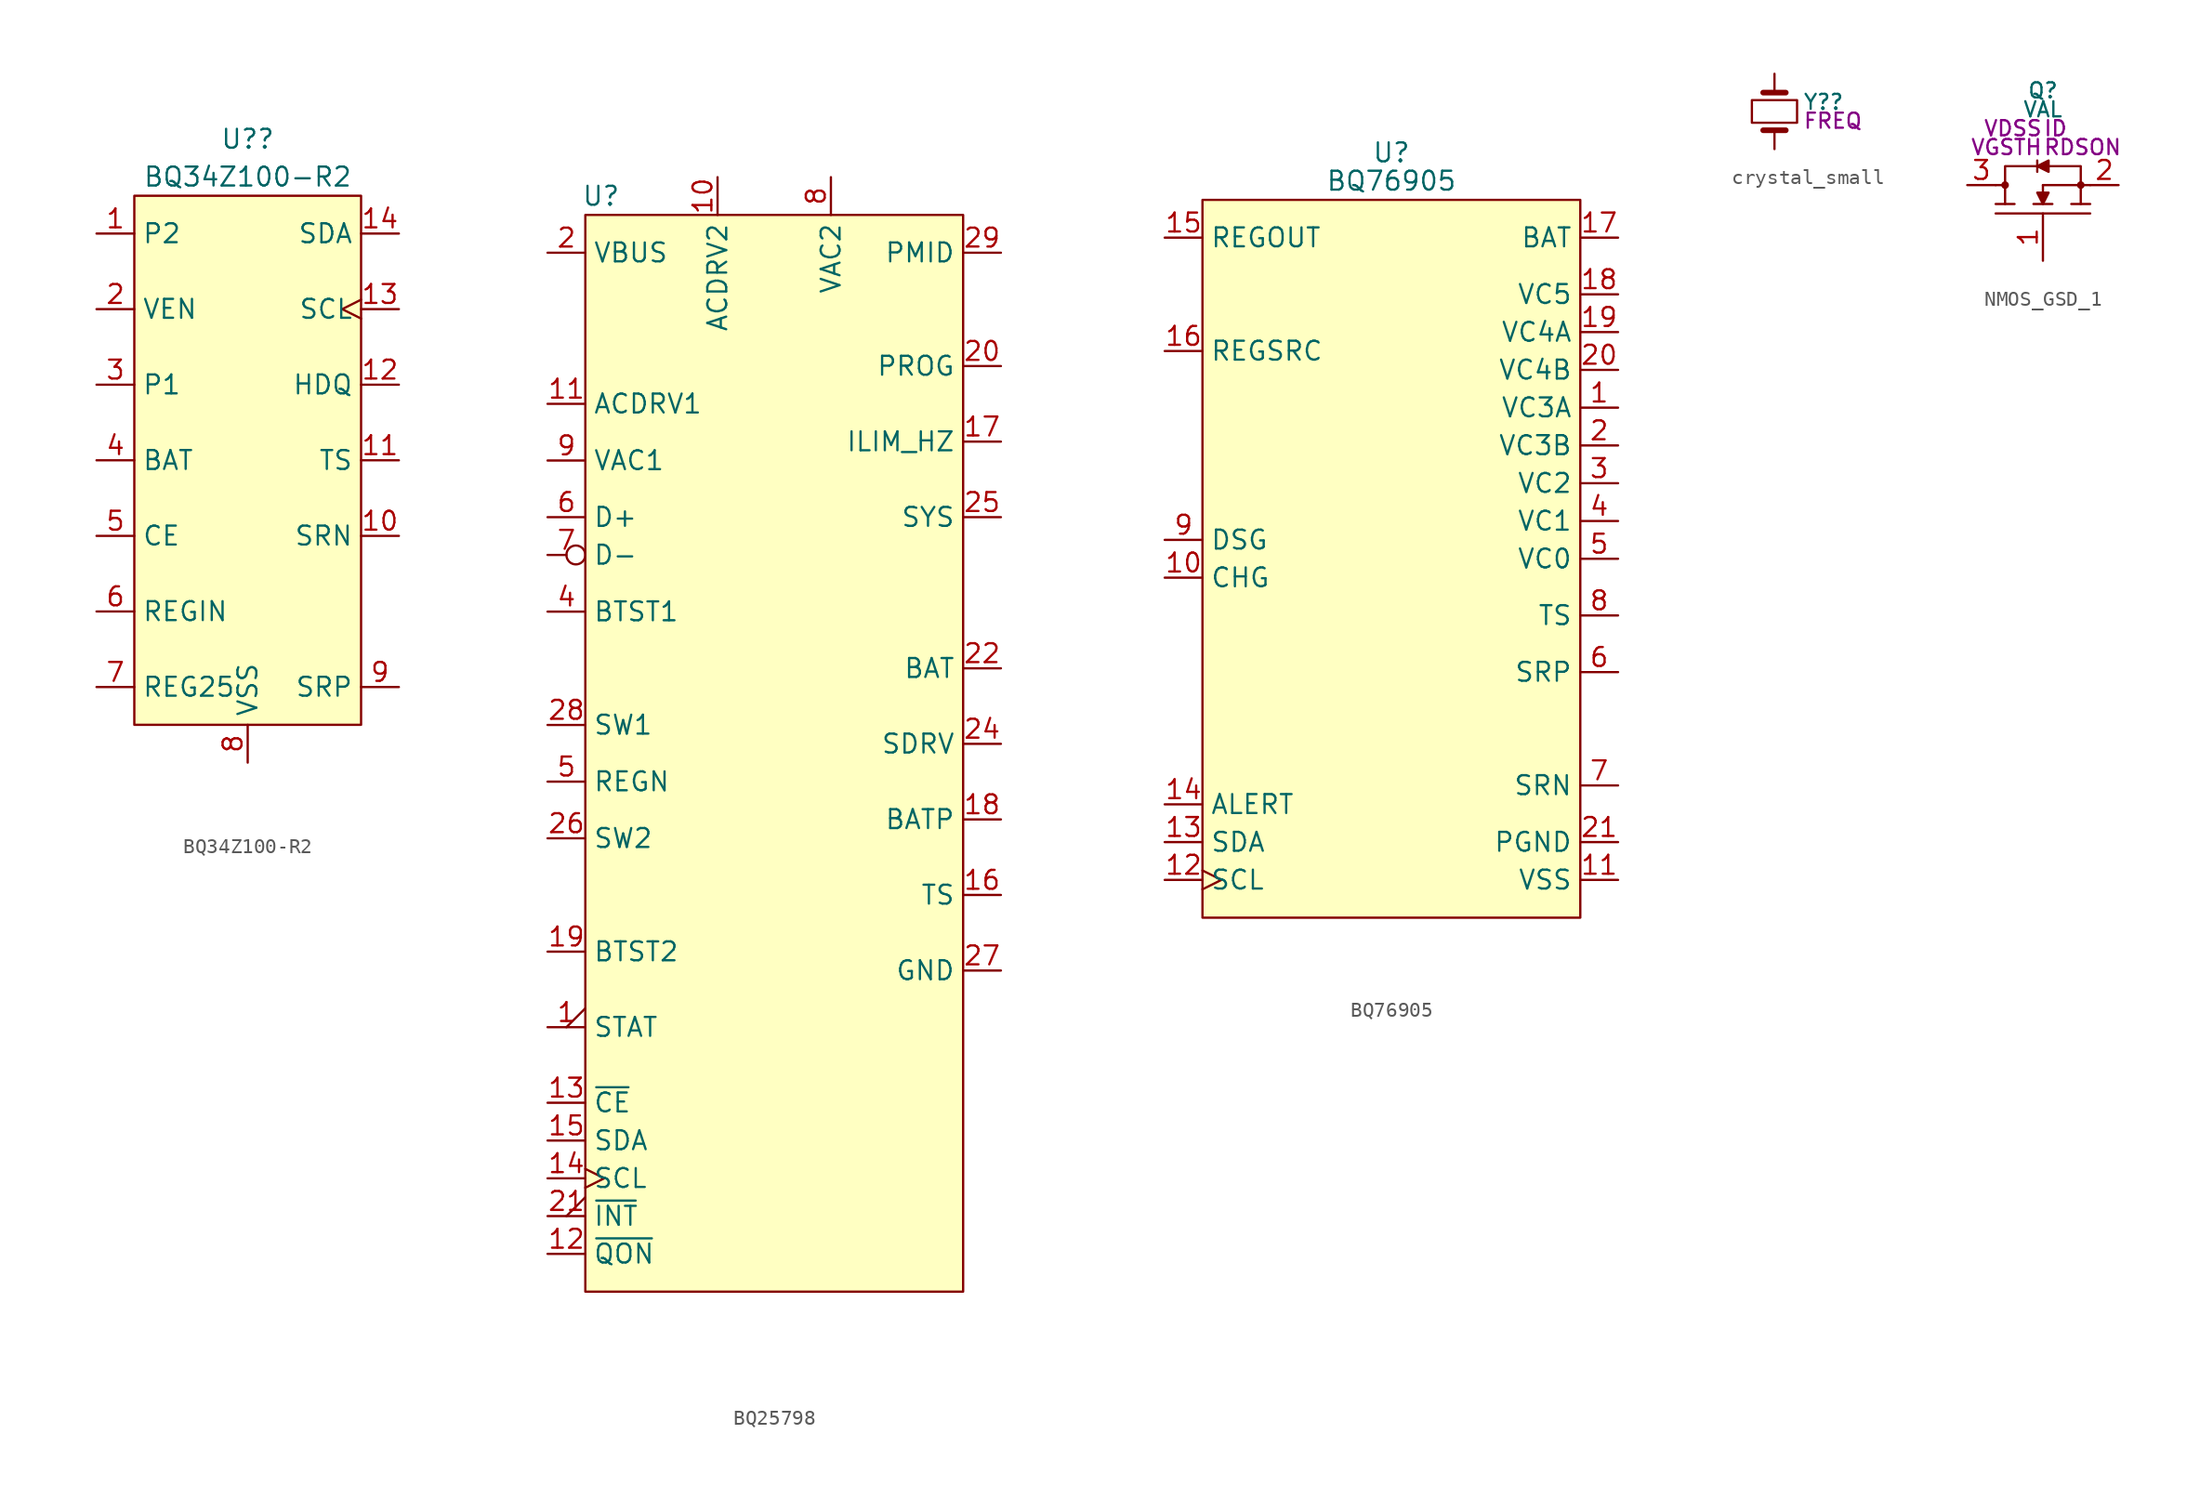
<source format=kicad_sym>
(kicad_symbol_lib
  (version 20231120)
  (generator "kicad_symbol_editor")
  (generator_version "8.0")
  (symbol "BQ34Z100-R2"
    (property "Reference" "U?"
      (at 0 21.59 0)
      (do_not_autoplace)
      (effects (font (size 1.27 1.27))))
    (property "Value" "BQ34Z100-R2"
      (at 0 19.05 0)
      (do_not_autoplace)
      (effects (font (size 1.27 1.27))))
    (symbol "BQ34Z100-R2_0_0"
      (pin output line (at -10.16 15.24 0) (length 2.54) (name "P2" (effects (font (size 1.27 1.27)))) (number "1" (effects (font (size 1.27 1.27)))))
      (pin input line (at 10.16 -5.08 180) (length 2.54) (name "SRN" (effects (font (size 1.27 1.27)))) (number "10" (effects (font (size 1.27 1.27)))))
      (pin output line (at -10.16 10.16 0) (length 2.54) (name "VEN" (effects (font (size 1.27 1.27)))) (number "2" (effects (font (size 1.27 1.27)))))
      (pin output line (at -10.16 5.08 0) (length 2.54) (name "P1" (effects (font (size 1.27 1.27)))) (number "3" (effects (font (size 1.27 1.27)))))
      (pin input line (at -10.16 0 0) (length 2.54) (name "BAT" (effects (font (size 1.27 1.27)))) (number "4" (effects (font (size 1.27 1.27)))))
      (pin input line (at -10.16 -5.08 0) (length 2.54) (name "CE" (effects (font (size 1.27 1.27)))) (number "5" (effects (font (size 1.27 1.27)))))
      (pin power_in line (at -10.16 -10.16 0) (length 2.54) (name "REGIN" (effects (font (size 1.27 1.27)))) (number "6" (effects (font (size 1.27 1.27)))))
      (pin power_out line (at -10.16 -15.24 0) (length 2.54) (name "REG25" (effects (font (size 1.27 1.27)))) (number "7" (effects (font (size 1.27 1.27)))))
      (pin passive line (at 0 -20.32 90) (length 2.54) (name "VSS" (effects (font (size 1.27 1.27)))) (number "8" (effects (font (size 1.27 1.27)))))
      (pin input line (at 10.16 -15.24 180) (length 2.54) (name "SRP" (effects (font (size 1.27 1.27)))) (number "9" (effects (font (size 1.27 1.27))))))
    (symbol "BQ34Z100-R2_1_0"
      (pin input line (at 10.16 0 180) (length 2.54) (name "TS" (effects (font (size 1.27 1.27)))) (number "11" (effects (font (size 1.27 1.27)))) (alternate "P6" output line))
      (pin bidirectional line (at 10.16 5.08 180) (length 2.54) (name "HDQ" (effects (font (size 1.27 1.27)))) (number "12" (effects (font (size 1.27 1.27)))) (alternate "P5" output line))
      (pin input clock (at 10.16 10.16 180) (length 2.54) (name "SCL" (effects (font (size 1.27 1.27)))) (number "13" (effects (font (size 1.27 1.27)))) (alternate "P4" output line))
      (pin bidirectional line (at 10.16 15.24 180) (length 2.54) (name "SDA" (effects (font (size 1.27 1.27)))) (number "14" (effects (font (size 1.27 1.27)))) (alternate "P3" output line)))
    (symbol "BQ34Z100-R2_1_1"
      (rectangle (start -7.62 17.78) (end 7.62 -17.78) (stroke (width 0) (type default)) (fill (type background)))))
  (symbol "BQ25798"
    (property "Reference" "U"
      (at -12.954 35.56 0)
      (do_not_autoplace)
      (effects (font (size 1.27 1.27)) (justify left)))
    (property "Value" ""
      (at 0 0 0)
      (effects (font (size 1.27 1.27))))
    (symbol "BQ25798_0_0"
      (pin open_emitter output_low (at -15.24 -20.32 0) (length 2.54) (name "STAT" (effects (font (size 1.27 1.27)))) (number "1" (effects (font (size 1.27 1.27)))))
      (pin output line (at -3.81 36.83 270) (length 2.54) (name "ACDRV2" (effects (font (size 1.27 1.27)))) (number "10" (effects (font (size 1.27 1.27)))))
      (pin output line (at -15.24 21.59 0) (length 2.54) (name "ACDRV1" (effects (font (size 1.27 1.27)))) (number "11" (effects (font (size 1.27 1.27)))))
      (pin input line (at -15.24 -35.56 0) (length 2.54) (name "~{QON}" (effects (font (size 1.27 1.27)))) (number "12" (effects (font (size 1.27 1.27)))))
      (pin input line (at -15.24 -25.4 0) (length 2.54) (name "~{CE}" (effects (font (size 1.27 1.27)))) (number "13" (effects (font (size 1.27 1.27)))))
      (pin input clock (at -15.24 -30.48 0) (length 2.54) (name "SCL" (effects (font (size 1.27 1.27)))) (number "14" (effects (font (size 1.27 1.27)))))
      (pin bidirectional line (at -15.24 -27.94 0) (length 2.54) (name "SDA" (effects (font (size 1.27 1.27)))) (number "15" (effects (font (size 1.27 1.27)))))
      (pin input line (at 15.24 -11.43 180) (length 2.54) (name "TS" (effects (font (size 1.27 1.27)))) (number "16" (effects (font (size 1.27 1.27)))))
      (pin passive line (at 15.24 19.05 180) (length 2.54) (name "ILIM_HZ" (effects (font (size 1.27 1.27)))) (number "17" (effects (font (size 1.27 1.27)))))
      (pin input line (at 15.24 -6.35 180) (length 2.54) (name "BATP" (effects (font (size 1.27 1.27)))) (number "18" (effects (font (size 1.27 1.27)))))
      (pin power_out line (at -15.24 -15.24 0) (length 2.54) (name "BTST2" (effects (font (size 1.27 1.27)))) (number "19" (effects (font (size 1.27 1.27)))))
      (pin power_in line (at -15.24 31.75 0) (length 2.54) (name "VBUS" (effects (font (size 1.27 1.27)))) (number "2" (effects (font (size 1.27 1.27)))))
      (pin passive line (at 15.24 24.13 180) (length 2.54) (name "PROG" (effects (font (size 1.27 1.27)))) (number "20" (effects (font (size 1.27 1.27)))))
      (pin output output_low (at -15.24 -33.02 0) (length 2.54) (name "~{INT}" (effects (font (size 1.27 1.27)))) (number "21" (effects (font (size 1.27 1.27)))))
      (pin power_out line (at 15.24 3.81 180) (length 2.54) (name "BAT" (effects (font (size 1.27 1.27)))) (number "22" (effects (font (size 1.27 1.27)))))
      (pin power_out line (at 15.24 -1.27 180) (length 2.54) (name "SDRV" (effects (font (size 1.27 1.27)))) (number "24" (effects (font (size 1.27 1.27)))))
      (pin output line (at 15.24 13.97 180) (length 2.54) (name "SYS" (effects (font (size 1.27 1.27)))) (number "25" (effects (font (size 1.27 1.27)))))
      (pin passive line (at -15.24 -7.62 0) (length 2.54) (name "SW2" (effects (font (size 1.27 1.27)))) (number "26" (effects (font (size 1.27 1.27)))))
      (pin passive line (at 15.24 -16.51 180) (length 2.54) (name "GND" (effects (font (size 1.27 1.27)))) (number "27" (effects (font (size 1.27 1.27)))))
      (pin passive line (at -15.24 0 0) (length 2.54) (name "SW1" (effects (font (size 1.27 1.27)))) (number "28" (effects (font (size 1.27 1.27)))))
      (pin open_collector line (at 15.24 31.75 180) (length 2.54) (name "PMID" (effects (font (size 1.27 1.27)))) (number "29" (effects (font (size 1.27 1.27)))))
      (pin power_in line (at -15.24 7.62 0) (length 2.54) (name "BTST1" (effects (font (size 1.27 1.27)))) (number "4" (effects (font (size 1.27 1.27)))))
      (pin power_out line (at -15.24 -3.81 0) (length 2.54) (name "REGN" (effects (font (size 1.27 1.27)))) (number "5" (effects (font (size 1.27 1.27)))))
      (pin bidirectional line (at -15.24 13.97 0) (length 2.54) (name "D+" (effects (font (size 1.27 1.27)))) (number "6" (effects (font (size 1.27 1.27)))))
      (pin bidirectional inverted (at -15.24 11.43 0) (length 2.54) (name "D-" (effects (font (size 1.27 1.27)))) (number "7" (effects (font (size 1.27 1.27)))))
      (pin power_in line (at 3.81 36.83 270) (length 2.54) (name "VAC2" (effects (font (size 1.27 1.27)))) (number "8" (effects (font (size 1.27 1.27)))))
      (pin power_in line (at -15.24 17.78 0) (length 2.54) (name "VAC1" (effects (font (size 1.27 1.27)))) (number "9" (effects (font (size 1.27 1.27))))))
    (symbol "BQ25798_1_0"
      (pin output line (at 15.24 3.81 180) (length 2.54) hide (name "BAT" (effects (font (size 1.27 1.27)))) (number "23" (effects (font (size 1.27 1.27)))))
      (pin power_in line (at -15.24 31.75 0) (length 2.54) hide (name "VBUS" (effects (font (size 1.27 1.27)))) (number "3" (effects (font (size 1.27 1.27))))))
    (symbol "BQ25798_1_1"
      (rectangle (start -12.7 34.29) (end 12.7 -38.1) (stroke (width 0) (type default)) (fill (type background)))))
  (symbol "BQ76905"
    (property "Reference" "U"
      (at 0 27.305 0)
      (do_not_autoplace)
      (effects (font (size 1.27 1.27))))
    (property "Value" "BQ76905"
      (at 0 25.4 0)
      (do_not_autoplace)
      (effects (font (size 1.27 1.27))))
    (symbol "BQ76905_0_0"
      (pin input line (at 15.24 10.16 180) (length 2.54) (name "VC3A" (effects (font (size 1.27 1.27)))) (number "1" (effects (font (size 1.27 1.27)))))
      (pin output line (at -15.24 -1.27 0) (length 2.54) (name "CHG" (effects (font (size 1.27 1.27)))) (number "10" (effects (font (size 1.27 1.27)))))
      (pin passive line (at 15.24 -21.59 180) (length 2.54) (name "VSS" (effects (font (size 1.27 1.27)))) (number "11" (effects (font (size 1.27 1.27)))))
      (pin input clock (at -15.24 -21.59 0) (length 2.54) (name "SCL" (effects (font (size 1.27 1.27)))) (number "12" (effects (font (size 1.27 1.27)))))
      (pin bidirectional line (at -15.24 -19.05 0) (length 2.54) (name "SDA" (effects (font (size 1.27 1.27)))) (number "13" (effects (font (size 1.27 1.27)))))
      (pin output line (at -15.24 -16.51 0) (length 2.54) (name "ALERT" (effects (font (size 1.27 1.27)))) (number "14" (effects (font (size 1.27 1.27)))))
      (pin power_out line (at -15.24 21.59 0) (length 2.54) (name "REGOUT" (effects (font (size 1.27 1.27)))) (number "15" (effects (font (size 1.27 1.27)))))
      (pin input line (at -15.24 13.97 0) (length 2.54) (name "REGSRC" (effects (font (size 1.27 1.27)))) (number "16" (effects (font (size 1.27 1.27)))))
      (pin power_out line (at 15.24 21.59 180) (length 2.54) (name "BAT" (effects (font (size 1.27 1.27)))) (number "17" (effects (font (size 1.27 1.27)))))
      (pin input line (at 15.24 17.78 180) (length 2.54) (name "VC5" (effects (font (size 1.27 1.27)))) (number "18" (effects (font (size 1.27 1.27)))))
      (pin input line (at 15.24 15.24 180) (length 2.54) (name "VC4A" (effects (font (size 1.27 1.27)))) (number "19" (effects (font (size 1.27 1.27)))))
      (pin input line (at 15.24 7.62 180) (length 2.54) (name "VC3B" (effects (font (size 1.27 1.27)))) (number "2" (effects (font (size 1.27 1.27)))))
      (pin input line (at 15.24 12.7 180) (length 2.54) (name "VC4B" (effects (font (size 1.27 1.27)))) (number "20" (effects (font (size 1.27 1.27)))))
      (pin input line (at 15.24 5.08 180) (length 2.54) (name "VC2" (effects (font (size 1.27 1.27)))) (number "3" (effects (font (size 1.27 1.27)))))
      (pin input line (at 15.24 2.54 180) (length 2.54) (name "VC1" (effects (font (size 1.27 1.27)))) (number "4" (effects (font (size 1.27 1.27)))))
      (pin input line (at 15.24 0 180) (length 2.54) (name "VC0" (effects (font (size 1.27 1.27)))) (number "5" (effects (font (size 1.27 1.27)))))
      (pin input line (at 15.24 -7.62 180) (length 2.54) (name "SRP" (effects (font (size 1.27 1.27)))) (number "6" (effects (font (size 1.27 1.27)))))
      (pin input line (at 15.24 -15.24 180) (length 2.54) (name "SRN" (effects (font (size 1.27 1.27)))) (number "7" (effects (font (size 1.27 1.27)))))
      (pin bidirectional line (at 15.24 -3.81 180) (length 2.54) (name "TS" (effects (font (size 1.27 1.27)))) (number "8" (effects (font (size 1.27 1.27)))))
      (pin output line (at -15.24 1.27 0) (length 2.54) (name "DSG" (effects (font (size 1.27 1.27)))) (number "9" (effects (font (size 1.27 1.27))))))
    (symbol "BQ76905_1_1"
      (rectangle (start -12.7 24.13) (end 12.7 -24.13) (stroke (width 0) (type default)) (fill (type background)))
      (pin passive line (at 15.24 -19.05 180) (length 2.54) (name "PGND" (effects (font (size 1.27 1.27)))) (number "21" (effects (font (size 1.27 1.27)))))))
  (symbol "crystal_small"
    (pin_numbers hide)
    (pin_names hide)
    (property "Reference" "Y?"
      (at 1.905 0.635 0)
      (do_not_autoplace)
      (effects (font (size 1.016 1.016)) (justify left)))
    (property "Frequency" "FREQ"
      (at 1.905 -0.635 0)
      (do_not_autoplace)
      (effects (font (size 1.016 1.016)) (justify left)))
    (symbol "crystal_small_0_1"
      (rectangle (start -1.524 0.762) (end 1.524 -0.762) (stroke (width 0) (type default)) (fill (type none)))
      (polyline (pts (xy -0.762 -1.27) (xy 0.762 -1.27)) (stroke (width 0.381) (type default)) (fill (type none)))
      (polyline (pts (xy -0.762 1.27) (xy 0.762 1.27)) (stroke (width 0.381) (type default)) (fill (type none))))
    (symbol "crystal_small_1_1"
      (pin passive line (at 0 2.54 270) (length 1.27) (name "1" (effects (font (size 1.27 1.27)))) (number "1" (effects (font (size 1.27 1.27)))))
      (pin passive line (at 0 -2.54 90) (length 1.27) (name "2" (effects (font (size 1.27 1.27)))) (number "2" (effects (font (size 1.27 1.27)))))))
  (symbol "NMOS_GSD_1"
    (pin_names hide)
    (property "Reference" "Q"
      (at 0 6.35 0)
      (do_not_autoplace)
      (effects (font (size 1.016 1.016))))
    (property "Value" "VAL"
      (at 0 5.08 0)
      (do_not_autoplace)
      (effects (font (size 1.016 1.016))))
    (property "VDSS" "VDSS"
      (at 0 3.81 0)
      (do_not_autoplace)
      (effects (font (size 1.016 1.016)) (justify right)))
    (property "VGSTH" "VGSTH"
      (at 0 2.54 0)
      (do_not_autoplace)
      (effects (font (size 1.016 1.016)) (justify right)))
    (property "ID" "ID"
      (at 0 3.81 0)
      (do_not_autoplace)
      (effects (font (size 1.016 1.016)) (justify left)))
    (property "RDSON" "RDSON"
      (at 0 2.54 0)
      (do_not_autoplace)
      (effects (font (size 1.016 1.016)) (justify left)))
    (symbol "NMOS_GSD_1_0_1"
      (polyline (pts (xy -3.175 -1.27) (xy -1.905 -1.27)) (stroke (width 0) (type default)) (fill (type none)))
      (polyline (pts (xy -0.635 -1.27) (xy 0.635 -1.27)) (stroke (width 0) (type default)) (fill (type none)))
      (polyline (pts (xy 0 0) (xy 0 -0.508)) (stroke (width 0) (type default)) (fill (type none)))
      (polyline (pts (xy 1.905 -1.27) (xy 3.175 -1.27)) (stroke (width 0) (type default)) (fill (type none)))
      (polyline (pts (xy -2.54 -1.27) (xy -2.54 0) (xy -3.175 0)) (stroke (width 0) (type default)) (fill (type none)))
      (polyline (pts (xy 2.54 -1.27) (xy 2.54 0) (xy 3.175 0)) (stroke (width 0) (type default)) (fill (type none))))
    (symbol "NMOS_GSD_1_1_0"
      (pin passive line (at 0 -5.08 90) (length 3.175) (name "" (effects (font (size 1.27 1.27)))) (number "1" (effects (font (size 1.27 1.27)))))
      (pin passive line (at 5.08 0 180) (length 1.905) (name "" (effects (font (size 1.27 1.27)))) (number "2" (effects (font (size 1.27 1.27)))))
      (pin passive line (at -5.08 0 0) (length 1.905) (name "" (effects (font (size 1.27 1.27)))) (number "3" (effects (font (size 1.27 1.27))))))
    (symbol "NMOS_GSD_1_1_1"
      (circle (center -2.54 0) (radius 0.18) (stroke (width 0) (type default)) (fill (type outline)))
      (polyline (pts (xy -3.175 -1.905) (xy 3.175 -1.905)) (stroke (width 0) (type default)) (fill (type none)))
      (polyline (pts (xy -0.381 1.651) (xy -0.381 0.889)) (stroke (width 0) (type default)) (fill (type none)))
      (polyline (pts (xy 0 0) (xy 2.54 0)) (stroke (width 0) (type default)) (fill (type none)))
      (polyline (pts (xy -2.54 0) (xy -2.54 1.27) (xy -0.381 1.27)) (stroke (width 0) (type default)) (fill (type none)))
      (polyline (pts (xy 0.381 1.27) (xy 2.54 1.27) (xy 2.54 0)) (stroke (width 0) (type default)) (fill (type none)))
      (polyline (pts (xy -0.381 1.27) (xy 0.381 0.889) (xy 0.381 1.651) (xy -0.381 1.27)) (stroke (width 0) (type default)) (fill (type outline)))
      (polyline (pts (xy 0 -1.27) (xy 0.381 -0.508) (xy -0.381 -0.508) (xy 0 -1.27)) (stroke (width 0) (type default)) (fill (type outline)))
      (circle (center 2.54 0) (radius 0.18) (stroke (width 0) (type default)) (fill (type outline))))))
</source>
